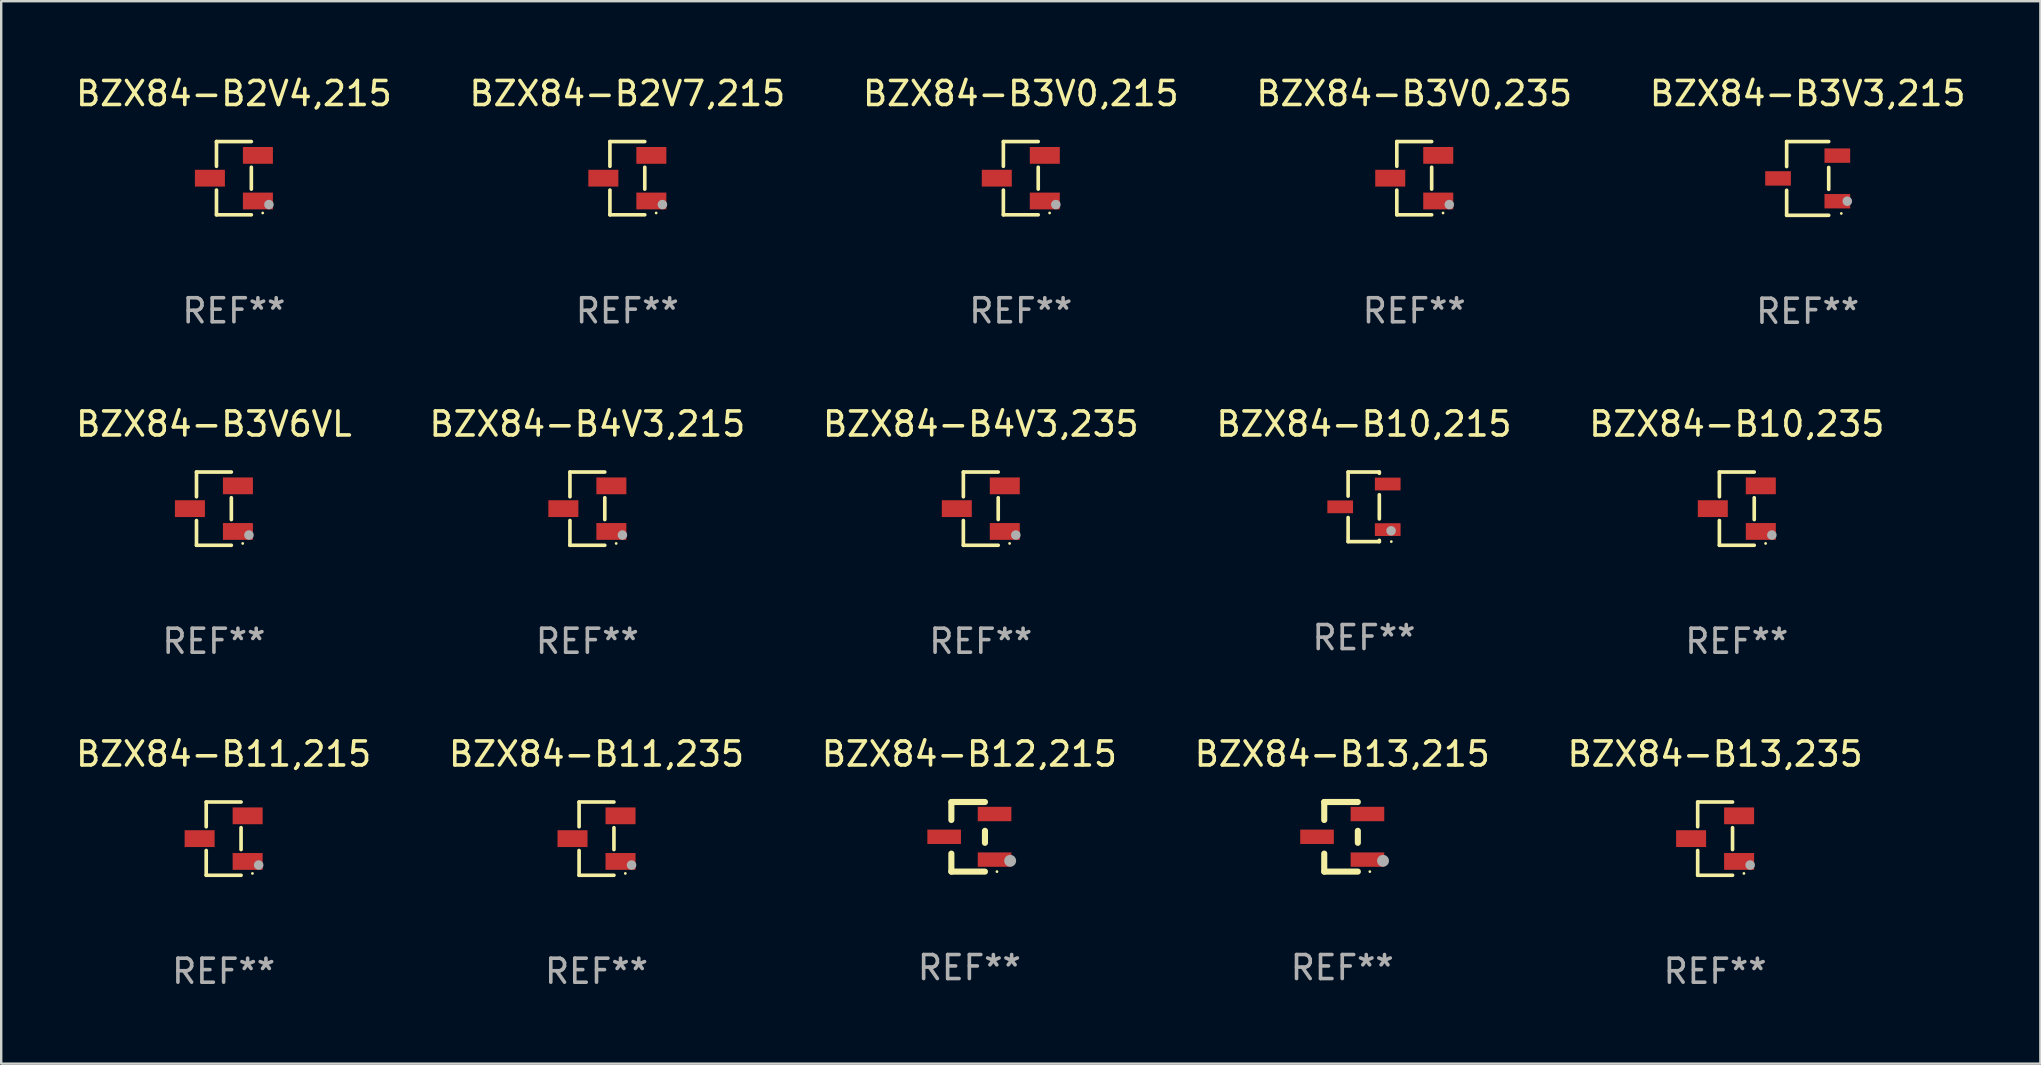
<source format=kicad_pcb>
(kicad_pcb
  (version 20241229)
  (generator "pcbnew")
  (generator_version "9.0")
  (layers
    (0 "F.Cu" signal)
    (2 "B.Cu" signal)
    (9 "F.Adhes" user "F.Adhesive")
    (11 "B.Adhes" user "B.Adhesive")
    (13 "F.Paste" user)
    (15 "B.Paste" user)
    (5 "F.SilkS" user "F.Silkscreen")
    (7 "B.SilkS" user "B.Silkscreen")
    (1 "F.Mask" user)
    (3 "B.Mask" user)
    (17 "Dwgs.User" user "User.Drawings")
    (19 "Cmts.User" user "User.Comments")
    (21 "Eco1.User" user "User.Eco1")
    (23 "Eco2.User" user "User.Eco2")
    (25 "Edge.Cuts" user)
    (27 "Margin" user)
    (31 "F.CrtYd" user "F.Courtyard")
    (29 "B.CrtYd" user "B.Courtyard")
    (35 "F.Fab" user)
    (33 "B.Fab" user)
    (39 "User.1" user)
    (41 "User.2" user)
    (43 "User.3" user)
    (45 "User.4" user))
  (footprint "BZX84-B10,215"
    (layer "F.Cu")
    (at 53.78 18.067)
    (property "Reference" "BZX84-B10,215" (at 0 -3.45 0) (layer "F.SilkS") (effects (font (size 1 1) (thickness 0.15))))
    (attr through_hole)
    (fp_line (start -0.66 -1.45) (end -0.66 -0.446) (stroke (width 0.152) (type solid)) (layer "F.SilkS"))
    (fp_line (start -0.66 0.446) (end -0.66 1.45) (stroke (width 0.152) (type solid)) (layer "F.SilkS"))
    (fp_line (start -0.66 1.45) (end 0.64 1.45) (stroke (width 0.152) (type solid)) (layer "F.SilkS"))
    (fp_line (start 0.64 -1.45) (end -0.66 -1.45) (stroke (width 0.152) (type solid)) (layer "F.SilkS"))
    (fp_line (start 0.64 -1.396) (end 0.64 -1.45) (stroke (width 0.152) (type solid)) (layer "F.SilkS"))
    (fp_line (start 0.64 0.504) (end 0.64 -0.504) (stroke (width 0.152) (type solid)) (layer "F.SilkS"))
    (fp_line (start 0.64 1.45) (end 0.64 1.396) (stroke (width 0.152) (type solid)) (layer "F.SilkS"))
    (fp_circle (center 1.14 1.45) (end 1.17 1.45) (stroke (width 0.06) (type solid)) (fill no) (layer "F.SilkS"))
    (fp_circle (center 1.13 1) (end 1.23 1) (stroke (width 0.2) (type solid)) (fill no) (layer "F.Fab"))
    (fp_text user "REF**" (at 0 5.45 0) (layer "F.Fab") (effects (font (size 1 1) (thickness 0.15))))
    (pad "1" smd rect (at 0.99 0.95) (size 1.07 0.532) (layers "F.Cu" "F.Mask" "F.Paste"))
    (pad "2" smd rect (at 0.99 -0.95) (size 1.07 0.532) (layers "F.Cu" "F.Mask" "F.Paste"))
    (pad "3" smd rect (at -0.99 -0.000013) (size 1.07 0.532) (layers "F.Cu" "F.Mask" "F.Paste")))
  (footprint "BZX84-B3V0,215"
    (layer "F.Cu")
    (at 39.482 4.374)
    (property "Reference" "BZX84-B3V0,215" (at 0 -3.526 0) (layer "F.SilkS") (effects (font (size 1 1) (thickness 0.15))))
    (attr through_hole)
    (fp_line (start -0.726 -1.526) (end -0.726 -0.495) (stroke (width 0.152) (type solid)) (layer "F.SilkS"))
    (fp_line (start -0.726 1.526) (end -0.726 0.495) (stroke (width 0.152) (type solid)) (layer "F.SilkS"))
    (fp_line (start 0.726 -1.526) (end -0.726 -1.526) (stroke (width 0.152) (type solid)) (layer "F.SilkS"))
    (fp_line (start 0.726 -0.455) (end 0.726 0.455) (stroke (width 0.152) (type solid)) (layer "F.SilkS"))
    (fp_line (start 0.726 1.526) (end -0.726 1.526) (stroke (width 0.152) (type solid)) (layer "F.SilkS"))
    (fp_circle (center 1.2 1.45) (end 1.23 1.45) (stroke (width 0.06) (type solid)) (fill no) (layer "F.SilkS"))
    (fp_circle (center 1.46 1.1) (end 1.56 1.1) (stroke (width 0.2) (type solid)) (fill no) (layer "F.Fab"))
    (fp_text user "REF**" (at 0 5.526 0) (layer "F.Fab") (effects (font (size 1 1) (thickness 0.15))))
    (pad "1" smd rect (at 1 0.95) (size 1.25 0.7) (layers "F.Cu" "F.Mask" "F.Paste"))
    (pad "2" smd rect (at 1 -0.95) (size 1.25 0.7) (layers "F.Cu" "F.Mask" "F.Paste"))
    (pad "3" smd rect (at -1 0) (size 1.25 0.7) (layers "F.Cu" "F.Mask" "F.Paste")))
  (footprint "BZX84-B3V6VL"
    (layer "F.Cu")
    (at 5.863 18.143)
    (property "Reference" "BZX84-B3V6VL" (at 0 -3.526 0) (layer "F.SilkS") (effects (font (size 1 1) (thickness 0.15))))
    (attr through_hole)
    (fp_line (start -0.726 -1.526) (end -0.726 -0.495) (stroke (width 0.152) (type solid)) (layer "F.SilkS"))
    (fp_line (start -0.726 1.526) (end -0.726 0.495) (stroke (width 0.152) (type solid)) (layer "F.SilkS"))
    (fp_line (start 0.726 -1.526) (end -0.726 -1.526) (stroke (width 0.152) (type solid)) (layer "F.SilkS"))
    (fp_line (start 0.726 -0.455) (end 0.726 0.455) (stroke (width 0.152) (type solid)) (layer "F.SilkS"))
    (fp_line (start 0.726 1.526) (end -0.726 1.526) (stroke (width 0.152) (type solid)) (layer "F.SilkS"))
    (fp_circle (center 1.2 1.45) (end 1.23 1.45) (stroke (width 0.06) (type solid)) (fill no) (layer "F.SilkS"))
    (fp_circle (center 1.46 1.1) (end 1.56 1.1) (stroke (width 0.2) (type solid)) (fill no) (layer "F.Fab"))
    (fp_text user "REF**" (at 0 5.526 0) (layer "F.Fab") (effects (font (size 1 1) (thickness 0.15))))
    (pad "1" smd rect (at 1 0.95) (size 1.25 0.7) (layers "F.Cu" "F.Mask" "F.Paste"))
    (pad "2" smd rect (at 1 -0.95) (size 1.25 0.7) (layers "F.Cu" "F.Mask" "F.Paste"))
    (pad "3" smd rect (at -1 0) (size 1.25 0.7) (layers "F.Cu" "F.Mask" "F.Paste")))
  (footprint "BZX84-B11,235"
    (layer "F.Cu")
    (at 21.804 31.892)
    (property "Reference" "BZX84-B11,235" (at 0 -3.526 0) (layer "F.SilkS") (effects (font (size 1 1) (thickness 0.15))))
    (attr through_hole)
    (fp_line (start -0.726 -1.526) (end -0.726 -0.495) (stroke (width 0.152) (type solid)) (layer "F.SilkS"))
    (fp_line (start -0.726 1.526) (end -0.726 0.495) (stroke (width 0.152) (type solid)) (layer "F.SilkS"))
    (fp_line (start 0.726 -1.526) (end -0.726 -1.526) (stroke (width 0.152) (type solid)) (layer "F.SilkS"))
    (fp_line (start 0.726 -0.455) (end 0.726 0.455) (stroke (width 0.152) (type solid)) (layer "F.SilkS"))
    (fp_line (start 0.726 1.526) (end -0.726 1.526) (stroke (width 0.152) (type solid)) (layer "F.SilkS"))
    (fp_circle (center 1.2 1.45) (end 1.23 1.45) (stroke (width 0.06) (type solid)) (fill no) (layer "F.SilkS"))
    (fp_circle (center 1.46 1.1) (end 1.56 1.1) (stroke (width 0.2) (type solid)) (fill no) (layer "F.Fab"))
    (fp_text user "REF**" (at 0 5.526 0) (layer "F.Fab") (effects (font (size 1 1) (thickness 0.15))))
    (pad "1" smd rect (at 1 0.95) (size 1.25 0.7) (layers "F.Cu" "F.Mask" "F.Paste"))
    (pad "2" smd rect (at 1 -0.95) (size 1.25 0.7) (layers "F.Cu" "F.Mask" "F.Paste"))
    (pad "3" smd rect (at -1 0) (size 1.25 0.7) (layers "F.Cu" "F.Mask" "F.Paste")))
  (footprint "BZX84-B10,235"
    (layer "F.Cu")
    (at 69.315 18.143)
    (property "Reference" "BZX84-B10,235" (at 0 -3.526 0) (layer "F.SilkS") (effects (font (size 1 1) (thickness 0.15))))
    (attr through_hole)
    (fp_line (start -0.726 -1.526) (end -0.726 -0.495) (stroke (width 0.152) (type solid)) (layer "F.SilkS"))
    (fp_line (start -0.726 1.526) (end -0.726 0.495) (stroke (width 0.152) (type solid)) (layer "F.SilkS"))
    (fp_line (start 0.726 -1.526) (end -0.726 -1.526) (stroke (width 0.152) (type solid)) (layer "F.SilkS"))
    (fp_line (start 0.726 -0.455) (end 0.726 0.455) (stroke (width 0.152) (type solid)) (layer "F.SilkS"))
    (fp_line (start 0.726 1.526) (end -0.726 1.526) (stroke (width 0.152) (type solid)) (layer "F.SilkS"))
    (fp_circle (center 1.2 1.45) (end 1.23 1.45) (stroke (width 0.06) (type solid)) (fill no) (layer "F.SilkS"))
    (fp_circle (center 1.46 1.1) (end 1.56 1.1) (stroke (width 0.2) (type solid)) (fill no) (layer "F.Fab"))
    (fp_text user "REF**" (at 0 5.526 0) (layer "F.Fab") (effects (font (size 1 1) (thickness 0.15))))
    (pad "1" smd rect (at 1 0.95) (size 1.25 0.7) (layers "F.Cu" "F.Mask" "F.Paste"))
    (pad "2" smd rect (at 1 -0.95) (size 1.25 0.7) (layers "F.Cu" "F.Mask" "F.Paste"))
    (pad "3" smd rect (at -1 0) (size 1.25 0.7) (layers "F.Cu" "F.Mask" "F.Paste")))
  (footprint "BZX84-B4V3,215"
    (layer "F.Cu")
    (at 21.423 18.143)
    (property "Reference" "BZX84-B4V3,215" (at 0 -3.526 0) (layer "F.SilkS") (effects (font (size 1 1) (thickness 0.15))))
    (attr through_hole)
    (fp_line (start -0.726 -1.526) (end -0.726 -0.495) (stroke (width 0.152) (type solid)) (layer "F.SilkS"))
    (fp_line (start -0.726 1.526) (end -0.726 0.495) (stroke (width 0.152) (type solid)) (layer "F.SilkS"))
    (fp_line (start 0.726 -1.526) (end -0.726 -1.526) (stroke (width 0.152) (type solid)) (layer "F.SilkS"))
    (fp_line (start 0.726 -0.455) (end 0.726 0.455) (stroke (width 0.152) (type solid)) (layer "F.SilkS"))
    (fp_line (start 0.726 1.526) (end -0.726 1.526) (stroke (width 0.152) (type solid)) (layer "F.SilkS"))
    (fp_circle (center 1.2 1.45) (end 1.23 1.45) (stroke (width 0.06) (type solid)) (fill no) (layer "F.SilkS"))
    (fp_circle (center 1.46 1.1) (end 1.56 1.1) (stroke (width 0.2) (type solid)) (fill no) (layer "F.Fab"))
    (fp_text user "REF**" (at 0 5.526 0) (layer "F.Fab") (effects (font (size 1 1) (thickness 0.15))))
    (pad "1" smd rect (at 1 0.95) (size 1.25 0.7) (layers "F.Cu" "F.Mask" "F.Paste"))
    (pad "2" smd rect (at 1 -0.95) (size 1.25 0.7) (layers "F.Cu" "F.Mask" "F.Paste"))
    (pad "3" smd rect (at -1 0) (size 1.25 0.7) (layers "F.Cu" "F.Mask" "F.Paste")))
  (footprint "BZX84-B13,235"
    (layer "F.Cu")
    (at 68.411 31.892)
    (property "Reference" "BZX84-B13,235" (at 0 -3.526 0) (layer "F.SilkS") (effects (font (size 1 1) (thickness 0.15))))
    (attr through_hole)
    (fp_line (start -0.726 -1.526) (end -0.726 -0.495) (stroke (width 0.152) (type solid)) (layer "F.SilkS"))
    (fp_line (start -0.726 1.526) (end -0.726 0.495) (stroke (width 0.152) (type solid)) (layer "F.SilkS"))
    (fp_line (start 0.726 -1.526) (end -0.726 -1.526) (stroke (width 0.152) (type solid)) (layer "F.SilkS"))
    (fp_line (start 0.726 -0.455) (end 0.726 0.455) (stroke (width 0.152) (type solid)) (layer "F.SilkS"))
    (fp_line (start 0.726 1.526) (end -0.726 1.526) (stroke (width 0.152) (type solid)) (layer "F.SilkS"))
    (fp_circle (center 1.2 1.45) (end 1.23 1.45) (stroke (width 0.06) (type solid)) (fill no) (layer "F.SilkS"))
    (fp_circle (center 1.46 1.1) (end 1.56 1.1) (stroke (width 0.2) (type solid)) (fill no) (layer "F.Fab"))
    (fp_text user "REF**" (at 0 5.526 0) (layer "F.Fab") (effects (font (size 1 1) (thickness 0.15))))
    (pad "1" smd rect (at 1 0.95) (size 1.25 0.7) (layers "F.Cu" "F.Mask" "F.Paste"))
    (pad "2" smd rect (at 1 -0.95) (size 1.25 0.7) (layers "F.Cu" "F.Mask" "F.Paste"))
    (pad "3" smd rect (at -1 0) (size 1.25 0.7) (layers "F.Cu" "F.Mask" "F.Paste")))
  (footprint "BZX84-B2V7,215"
    (layer "F.Cu")
    (at 23.089 4.374)
    (property "Reference" "BZX84-B2V7,215" (at 0 -3.526 0) (layer "F.SilkS") (effects (font (size 1 1) (thickness 0.15))))
    (attr through_hole)
    (fp_line (start -0.726 -1.526) (end -0.726 -0.495) (stroke (width 0.152) (type solid)) (layer "F.SilkS"))
    (fp_line (start -0.726 1.526) (end -0.726 0.495) (stroke (width 0.152) (type solid)) (layer "F.SilkS"))
    (fp_line (start 0.726 -1.526) (end -0.726 -1.526) (stroke (width 0.152) (type solid)) (layer "F.SilkS"))
    (fp_line (start 0.726 -0.455) (end 0.726 0.455) (stroke (width 0.152) (type solid)) (layer "F.SilkS"))
    (fp_line (start 0.726 1.526) (end -0.726 1.526) (stroke (width 0.152) (type solid)) (layer "F.SilkS"))
    (fp_circle (center 1.2 1.45) (end 1.23 1.45) (stroke (width 0.06) (type solid)) (fill no) (layer "F.SilkS"))
    (fp_circle (center 1.46 1.1) (end 1.56 1.1) (stroke (width 0.2) (type solid)) (fill no) (layer "F.Fab"))
    (fp_text user "REF**" (at 0 5.526 0) (layer "F.Fab") (effects (font (size 1 1) (thickness 0.15))))
    (pad "1" smd rect (at 1 0.95) (size 1.25 0.7) (layers "F.Cu" "F.Mask" "F.Paste"))
    (pad "2" smd rect (at 1 -0.95) (size 1.25 0.7) (layers "F.Cu" "F.Mask" "F.Paste"))
    (pad "3" smd rect (at -1 0) (size 1.25 0.7) (layers "F.Cu" "F.Mask" "F.Paste")))
  (footprint "BZX84-B11,215"
    (layer "F.Cu")
    (at 6.268 31.892)
    (property "Reference" "BZX84-B11,215" (at 0 -3.526 0) (layer "F.SilkS") (effects (font (size 1 1) (thickness 0.15))))
    (attr through_hole)
    (fp_line (start -0.726 -1.526) (end -0.726 -0.495) (stroke (width 0.152) (type solid)) (layer "F.SilkS"))
    (fp_line (start -0.726 1.526) (end -0.726 0.495) (stroke (width 0.152) (type solid)) (layer "F.SilkS"))
    (fp_line (start 0.726 -1.526) (end -0.726 -1.526) (stroke (width 0.152) (type solid)) (layer "F.SilkS"))
    (fp_line (start 0.726 -0.455) (end 0.726 0.455) (stroke (width 0.152) (type solid)) (layer "F.SilkS"))
    (fp_line (start 0.726 1.526) (end -0.726 1.526) (stroke (width 0.152) (type solid)) (layer "F.SilkS"))
    (fp_circle (center 1.2 1.45) (end 1.23 1.45) (stroke (width 0.06) (type solid)) (fill no) (layer "F.SilkS"))
    (fp_circle (center 1.46 1.1) (end 1.56 1.1) (stroke (width 0.2) (type solid)) (fill no) (layer "F.Fab"))
    (fp_text user "REF**" (at 0 5.526 0) (layer "F.Fab") (effects (font (size 1 1) (thickness 0.15))))
    (pad "1" smd rect (at 1 0.95) (size 1.25 0.7) (layers "F.Cu" "F.Mask" "F.Paste"))
    (pad "2" smd rect (at 1 -0.95) (size 1.25 0.7) (layers "F.Cu" "F.Mask" "F.Paste"))
    (pad "3" smd rect (at -1 0) (size 1.25 0.7) (layers "F.Cu" "F.Mask" "F.Paste")))
  (footprint "BZX84-B4V3,235"
    (layer "F.Cu")
    (at 37.815 18.143)
    (property "Reference" "BZX84-B4V3,235" (at 0 -3.526 0) (layer "F.SilkS") (effects (font (size 1 1) (thickness 0.15))))
    (attr through_hole)
    (fp_line (start -0.726 -1.526) (end -0.726 -0.495) (stroke (width 0.152) (type solid)) (layer "F.SilkS"))
    (fp_line (start -0.726 1.526) (end -0.726 0.495) (stroke (width 0.152) (type solid)) (layer "F.SilkS"))
    (fp_line (start 0.726 -1.526) (end -0.726 -1.526) (stroke (width 0.152) (type solid)) (layer "F.SilkS"))
    (fp_line (start 0.726 -0.455) (end 0.726 0.455) (stroke (width 0.152) (type solid)) (layer "F.SilkS"))
    (fp_line (start 0.726 1.526) (end -0.726 1.526) (stroke (width 0.152) (type solid)) (layer "F.SilkS"))
    (fp_circle (center 1.2 1.45) (end 1.23 1.45) (stroke (width 0.06) (type solid)) (fill no) (layer "F.SilkS"))
    (fp_circle (center 1.46 1.1) (end 1.56 1.1) (stroke (width 0.2) (type solid)) (fill no) (layer "F.Fab"))
    (fp_text user "REF**" (at 0 5.526 0) (layer "F.Fab") (effects (font (size 1 1) (thickness 0.15))))
    (pad "1" smd rect (at 1 0.95) (size 1.25 0.7) (layers "F.Cu" "F.Mask" "F.Paste"))
    (pad "2" smd rect (at 1 -0.95) (size 1.25 0.7) (layers "F.Cu" "F.Mask" "F.Paste"))
    (pad "3" smd rect (at -1 0) (size 1.25 0.7) (layers "F.Cu" "F.Mask" "F.Paste")))
  (footprint "BZX84-B13,215"
    (layer "F.Cu")
    (at 52.875 31.816)
    (property "Reference" "BZX84-B13,215" (at 0 -3.45 0) (layer "F.SilkS") (effects (font (size 1 1) (thickness 0.15))))
    (attr through_hole)
    (fp_line (start -0.75 -1.45) (end 0.65 -1.45) (stroke (width 0.254) (type solid)) (layer "F.SilkS"))
    (fp_line (start -0.75 -0.7) (end -0.75 -1.45) (stroke (width 0.254) (type solid)) (layer "F.SilkS"))
    (fp_line (start -0.75 1.45) (end -0.75 0.7) (stroke (width 0.254) (type solid)) (layer "F.SilkS"))
    (fp_line (start -0.75 1.45) (end 0.65 1.45) (stroke (width 0.254) (type solid)) (layer "F.SilkS"))
    (fp_line (start 0.65 0.25) (end 0.65 -0.25) (stroke (width 0.254) (type solid)) (layer "F.SilkS"))
    (fp_circle (center 1.15 1.45) (end 1.18 1.45) (stroke (width 0.06) (type solid)) (fill no) (layer "F.SilkS"))
    (fp_circle (center 1.7 1) (end 1.825 1) (stroke (width 0.25) (type solid)) (fill no) (layer "F.Fab"))
    (fp_text user "REF**" (at 0 5.45 0) (layer "F.Fab") (effects (font (size 1 1) (thickness 0.15))))
    (pad "1" smd rect (at 1.05 0.95) (size 1.4 0.6) (layers "F.Cu" "F.Mask" "F.Paste"))
    (pad "2" smd rect (at 1.05 -0.95) (size 1.4 0.6) (layers "F.Cu" "F.Mask" "F.Paste"))
    (pad "3" smd rect (at -1.05 0) (size 1.4 0.6) (layers "F.Cu" "F.Mask" "F.Paste")))
  (footprint "BZX84-B3V3,215"
    (layer "F.Cu")
    (at 72.268 4.384)
    (property "Reference" "BZX84-B3V3,215" (at 0 -3.536 0) (layer "F.SilkS") (effects (font (size 1 1) (thickness 0.15))))
    (attr through_hole)
    (fp_line (start -0.876 -1.536) (end -0.876 -0.495) (stroke (width 0.152) (type solid)) (layer "F.SilkS"))
    (fp_line (start -0.876 1.536) (end -0.876 0.495) (stroke (width 0.152) (type solid)) (layer "F.SilkS"))
    (fp_line (start 0.876 -1.536) (end -0.876 -1.536) (stroke (width 0.152) (type solid)) (layer "F.SilkS"))
    (fp_line (start 0.876 -0.455) (end 0.876 0.455) (stroke (width 0.152) (type solid)) (layer "F.SilkS"))
    (fp_line (start 0.876 1.536) (end -0.876 1.536) (stroke (width 0.152) (type solid)) (layer "F.SilkS"))
    (fp_circle (center 1.4 1.46) (end 1.43 1.46) (stroke (width 0.06) (type solid)) (fill no) (layer "F.SilkS"))
    (fp_circle (center 1.651 0.95) (end 1.751 0.95) (stroke (width 0.2) (type solid)) (fill no) (layer "F.Fab"))
    (fp_text user "REF**" (at 0 5.536 0) (layer "F.Fab") (effects (font (size 1 1) (thickness 0.15))))
    (pad "1" smd rect (at 1.235 0.95) (size 1.07 0.6) (layers "F.Cu" "F.Mask" "F.Paste"))
    (pad "2" smd rect (at 1.235 -0.95) (size 1.07 0.6) (layers "F.Cu" "F.Mask" "F.Paste"))
    (pad "3" smd rect (at -1.235 0) (size 1.07 0.6) (layers "F.Cu" "F.Mask" "F.Paste")))
  (footprint "BZX84-B12,215"
    (layer "F.Cu")
    (at 37.339 31.816)
    (property "Reference" "BZX84-B12,215" (at 0 -3.45 0) (layer "F.SilkS") (effects (font (size 1 1) (thickness 0.15))))
    (attr through_hole)
    (fp_line (start -0.75 -1.45) (end 0.65 -1.45) (stroke (width 0.254) (type solid)) (layer "F.SilkS"))
    (fp_line (start -0.75 -0.7) (end -0.75 -1.45) (stroke (width 0.254) (type solid)) (layer "F.SilkS"))
    (fp_line (start -0.75 1.45) (end -0.75 0.7) (stroke (width 0.254) (type solid)) (layer "F.SilkS"))
    (fp_line (start -0.75 1.45) (end 0.65 1.45) (stroke (width 0.254) (type solid)) (layer "F.SilkS"))
    (fp_line (start 0.65 0.25) (end 0.65 -0.25) (stroke (width 0.254) (type solid)) (layer "F.SilkS"))
    (fp_circle (center 1.15 1.45) (end 1.18 1.45) (stroke (width 0.06) (type solid)) (fill no) (layer "F.SilkS"))
    (fp_circle (center 1.7 1) (end 1.825 1) (stroke (width 0.25) (type solid)) (fill no) (layer "F.Fab"))
    (fp_text user "REF**" (at 0 5.45 0) (layer "F.Fab") (effects (font (size 1 1) (thickness 0.15))))
    (pad "1" smd rect (at 1.05 0.95) (size 1.4 0.6) (layers "F.Cu" "F.Mask" "F.Paste"))
    (pad "2" smd rect (at 1.05 -0.95) (size 1.4 0.6) (layers "F.Cu" "F.Mask" "F.Paste"))
    (pad "3" smd rect (at -1.05 0) (size 1.4 0.6) (layers "F.Cu" "F.Mask" "F.Paste")))
  (footprint "BZX84-B2V4,215"
    (layer "F.Cu")
    (at 6.696 4.374)
    (property "Reference" "BZX84-B2V4,215" (at 0 -3.526 0) (layer "F.SilkS") (effects (font (size 1 1) (thickness 0.15))))
    (attr through_hole)
    (fp_line (start -0.726 -1.526) (end -0.726 -0.495) (stroke (width 0.152) (type solid)) (layer "F.SilkS"))
    (fp_line (start -0.726 1.526) (end -0.726 0.495) (stroke (width 0.152) (type solid)) (layer "F.SilkS"))
    (fp_line (start 0.726 -1.526) (end -0.726 -1.526) (stroke (width 0.152) (type solid)) (layer "F.SilkS"))
    (fp_line (start 0.726 -0.455) (end 0.726 0.455) (stroke (width 0.152) (type solid)) (layer "F.SilkS"))
    (fp_line (start 0.726 1.526) (end -0.726 1.526) (stroke (width 0.152) (type solid)) (layer "F.SilkS"))
    (fp_circle (center 1.2 1.45) (end 1.23 1.45) (stroke (width 0.06) (type solid)) (fill no) (layer "F.SilkS"))
    (fp_circle (center 1.46 1.1) (end 1.56 1.1) (stroke (width 0.2) (type solid)) (fill no) (layer "F.Fab"))
    (fp_text user "REF**" (at 0 5.526 0) (layer "F.Fab") (effects (font (size 1 1) (thickness 0.15))))
    (pad "1" smd rect (at 1 0.95) (size 1.25 0.7) (layers "F.Cu" "F.Mask" "F.Paste"))
    (pad "2" smd rect (at 1 -0.95) (size 1.25 0.7) (layers "F.Cu" "F.Mask" "F.Paste"))
    (pad "3" smd rect (at -1 0) (size 1.25 0.7) (layers "F.Cu" "F.Mask" "F.Paste")))
  (footprint "BZX84-B3V0,235"
    (layer "F.Cu")
    (at 55.875 4.374)
    (property "Reference" "BZX84-B3V0,235" (at 0 -3.526 0) (layer "F.SilkS") (effects (font (size 1 1) (thickness 0.15))))
    (attr through_hole)
    (fp_line (start -0.726 -1.526) (end -0.726 -0.495) (stroke (width 0.152) (type solid)) (layer "F.SilkS"))
    (fp_line (start -0.726 1.526) (end -0.726 0.495) (stroke (width 0.152) (type solid)) (layer "F.SilkS"))
    (fp_line (start 0.726 -1.526) (end -0.726 -1.526) (stroke (width 0.152) (type solid)) (layer "F.SilkS"))
    (fp_line (start 0.726 -0.455) (end 0.726 0.455) (stroke (width 0.152) (type solid)) (layer "F.SilkS"))
    (fp_line (start 0.726 1.526) (end -0.726 1.526) (stroke (width 0.152) (type solid)) (layer "F.SilkS"))
    (fp_circle (center 1.2 1.45) (end 1.23 1.45) (stroke (width 0.06) (type solid)) (fill no) (layer "F.SilkS"))
    (fp_circle (center 1.46 1.1) (end 1.56 1.1) (stroke (width 0.2) (type solid)) (fill no) (layer "F.Fab"))
    (fp_text user "REF**" (at 0 5.526 0) (layer "F.Fab") (effects (font (size 1 1) (thickness 0.15))))
    (pad "1" smd rect (at 1 0.95) (size 1.25 0.7) (layers "F.Cu" "F.Mask" "F.Paste"))
    (pad "2" smd rect (at 1 -0.95) (size 1.25 0.7) (layers "F.Cu" "F.Mask" "F.Paste"))
    (pad "3" smd rect (at -1 0) (size 1.25 0.7) (layers "F.Cu" "F.Mask" "F.Paste")))
  (gr_rect
    (start -3 -3)
    (end 81.964 41.267)
    (stroke (width 0.1) (type default))
    (fill no)
    (layer "Edge.Cuts")))
</source>
